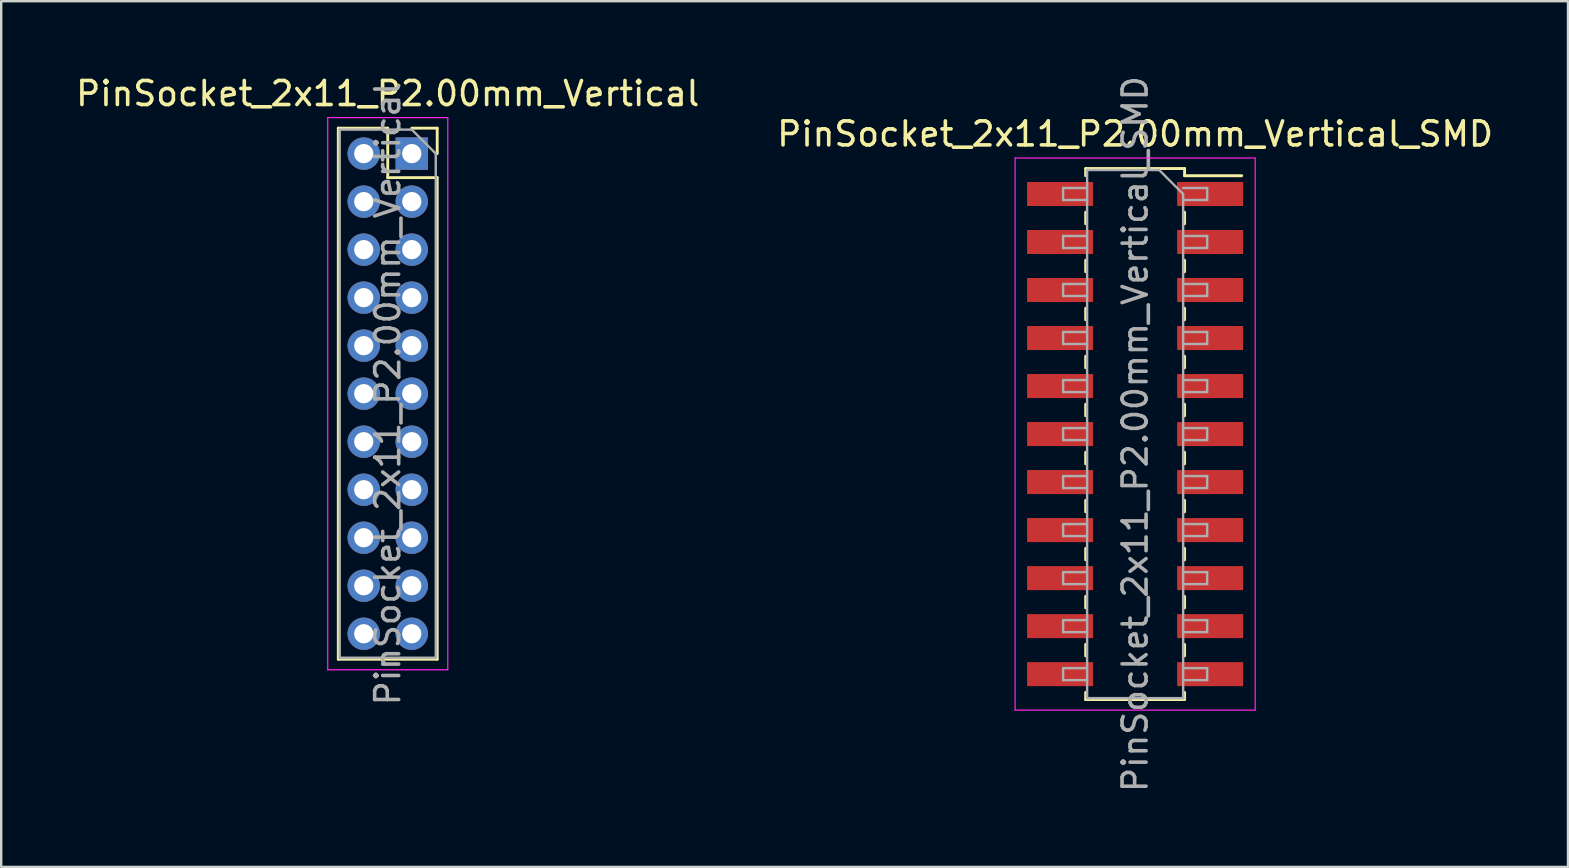
<source format=kicad_pcb>
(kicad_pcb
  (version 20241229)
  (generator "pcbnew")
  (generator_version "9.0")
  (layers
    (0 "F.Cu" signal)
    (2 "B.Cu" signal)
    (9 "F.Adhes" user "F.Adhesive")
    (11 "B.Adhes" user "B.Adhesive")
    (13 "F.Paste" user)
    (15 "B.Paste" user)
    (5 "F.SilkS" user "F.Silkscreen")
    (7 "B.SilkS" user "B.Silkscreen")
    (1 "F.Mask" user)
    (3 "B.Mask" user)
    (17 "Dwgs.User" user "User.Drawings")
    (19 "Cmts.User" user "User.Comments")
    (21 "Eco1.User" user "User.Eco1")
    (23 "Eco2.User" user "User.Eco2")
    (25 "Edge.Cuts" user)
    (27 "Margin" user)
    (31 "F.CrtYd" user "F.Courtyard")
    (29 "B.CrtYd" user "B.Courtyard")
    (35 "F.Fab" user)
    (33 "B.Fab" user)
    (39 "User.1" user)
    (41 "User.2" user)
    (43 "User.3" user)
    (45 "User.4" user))
  (footprint "PinSocket_2x11_P2.00mm_Vertical_SMD"
    (layer "F.Cu")
    (at 44.232 15.03)
    (property "Reference" "PinSocket_2x11_P2.00mm_Vertical_SMD" (at 0 -12.5 0) (layer "F.SilkS") (effects (font (size 1 1) (thickness 0.15))))
    (attr smd)
    (fp_line (start -2.06 -11.06) (end -2.06 -10.76) (stroke (width 0.12) (type solid)) (layer "F.SilkS"))
    (fp_line (start -2.06 -11.06) (end 2.06 -11.06) (stroke (width 0.12) (type solid)) (layer "F.SilkS"))
    (fp_line (start -2.06 -9.24) (end -2.06 -8.76) (stroke (width 0.12) (type solid)) (layer "F.SilkS"))
    (fp_line (start -2.06 -7.24) (end -2.06 -6.76) (stroke (width 0.12) (type solid)) (layer "F.SilkS"))
    (fp_line (start -2.06 -5.24) (end -2.06 -4.76) (stroke (width 0.12) (type solid)) (layer "F.SilkS"))
    (fp_line (start -2.06 -3.24) (end -2.06 -2.76) (stroke (width 0.12) (type solid)) (layer "F.SilkS"))
    (fp_line (start -2.06 -1.24) (end -2.06 -0.76) (stroke (width 0.12) (type solid)) (layer "F.SilkS"))
    (fp_line (start -2.06 0.76) (end -2.06 1.24) (stroke (width 0.12) (type solid)) (layer "F.SilkS"))
    (fp_line (start -2.06 2.76) (end -2.06 3.24) (stroke (width 0.12) (type solid)) (layer "F.SilkS"))
    (fp_line (start -2.06 4.76) (end -2.06 5.24) (stroke (width 0.12) (type solid)) (layer "F.SilkS"))
    (fp_line (start -2.06 6.76) (end -2.06 7.24) (stroke (width 0.12) (type solid)) (layer "F.SilkS"))
    (fp_line (start -2.06 8.76) (end -2.06 9.24) (stroke (width 0.12) (type solid)) (layer "F.SilkS"))
    (fp_line (start -2.06 10.76) (end -2.06 11.06) (stroke (width 0.12) (type solid)) (layer "F.SilkS"))
    (fp_line (start -2.06 11.06) (end 2.06 11.06) (stroke (width 0.12) (type solid)) (layer "F.SilkS"))
    (fp_line (start 2.06 -11.06) (end 2.06 -10.76) (stroke (width 0.12) (type solid)) (layer "F.SilkS"))
    (fp_line (start 2.06 -10.76) (end 4.44 -10.76) (stroke (width 0.12) (type solid)) (layer "F.SilkS"))
    (fp_line (start 2.06 -9.24) (end 2.06 -8.76) (stroke (width 0.12) (type solid)) (layer "F.SilkS"))
    (fp_line (start 2.06 -7.24) (end 2.06 -6.76) (stroke (width 0.12) (type solid)) (layer "F.SilkS"))
    (fp_line (start 2.06 -5.24) (end 2.06 -4.76) (stroke (width 0.12) (type solid)) (layer "F.SilkS"))
    (fp_line (start 2.06 -3.24) (end 2.06 -2.76) (stroke (width 0.12) (type solid)) (layer "F.SilkS"))
    (fp_line (start 2.06 -1.24) (end 2.06 -0.76) (stroke (width 0.12) (type solid)) (layer "F.SilkS"))
    (fp_line (start 2.06 0.76) (end 2.06 1.24) (stroke (width 0.12) (type solid)) (layer "F.SilkS"))
    (fp_line (start 2.06 2.76) (end 2.06 3.24) (stroke (width 0.12) (type solid)) (layer "F.SilkS"))
    (fp_line (start 2.06 4.76) (end 2.06 5.24) (stroke (width 0.12) (type solid)) (layer "F.SilkS"))
    (fp_line (start 2.06 6.76) (end 2.06 7.24) (stroke (width 0.12) (type solid)) (layer "F.SilkS"))
    (fp_line (start 2.06 8.76) (end 2.06 9.24) (stroke (width 0.12) (type solid)) (layer "F.SilkS"))
    (fp_line (start 2.06 10.76) (end 2.06 11.06) (stroke (width 0.12) (type solid)) (layer "F.SilkS"))
    (fp_line (start -5 -11.5) (end 5 -11.5) (stroke (width 0.05) (type solid)) (layer "F.CrtYd"))
    (fp_line (start -5 11.5) (end -5 -11.5) (stroke (width 0.05) (type solid)) (layer "F.CrtYd"))
    (fp_line (start 5 -11.5) (end 5 11.5) (stroke (width 0.05) (type solid)) (layer "F.CrtYd"))
    (fp_line (start 5 11.5) (end -5 11.5) (stroke (width 0.05) (type solid)) (layer "F.CrtYd"))
    (fp_line (start -3 -10.25) (end -2 -10.25) (stroke (width 0.1) (type solid)) (layer "F.Fab"))
    (fp_line (start -3 -9.75) (end -3 -10.25) (stroke (width 0.1) (type solid)) (layer "F.Fab"))
    (fp_line (start -3 -8.25) (end -2 -8.25) (stroke (width 0.1) (type solid)) (layer "F.Fab"))
    (fp_line (start -3 -7.75) (end -3 -8.25) (stroke (width 0.1) (type solid)) (layer "F.Fab"))
    (fp_line (start -3 -6.25) (end -2 -6.25) (stroke (width 0.1) (type solid)) (layer "F.Fab"))
    (fp_line (start -3 -5.75) (end -3 -6.25) (stroke (width 0.1) (type solid)) (layer "F.Fab"))
    (fp_line (start -3 -4.25) (end -2 -4.25) (stroke (width 0.1) (type solid)) (layer "F.Fab"))
    (fp_line (start -3 -3.75) (end -3 -4.25) (stroke (width 0.1) (type solid)) (layer "F.Fab"))
    (fp_line (start -3 -2.25) (end -2 -2.25) (stroke (width 0.1) (type solid)) (layer "F.Fab"))
    (fp_line (start -3 -1.75) (end -3 -2.25) (stroke (width 0.1) (type solid)) (layer "F.Fab"))
    (fp_line (start -3 -0.25) (end -2 -0.25) (stroke (width 0.1) (type solid)) (layer "F.Fab"))
    (fp_line (start -3 0.25) (end -3 -0.25) (stroke (width 0.1) (type solid)) (layer "F.Fab"))
    (fp_line (start -3 1.75) (end -2 1.75) (stroke (width 0.1) (type solid)) (layer "F.Fab"))
    (fp_line (start -3 2.25) (end -3 1.75) (stroke (width 0.1) (type solid)) (layer "F.Fab"))
    (fp_line (start -3 3.75) (end -2 3.75) (stroke (width 0.1) (type solid)) (layer "F.Fab"))
    (fp_line (start -3 4.25) (end -3 3.75) (stroke (width 0.1) (type solid)) (layer "F.Fab"))
    (fp_line (start -3 5.75) (end -2 5.75) (stroke (width 0.1) (type solid)) (layer "F.Fab"))
    (fp_line (start -3 6.25) (end -3 5.75) (stroke (width 0.1) (type solid)) (layer "F.Fab"))
    (fp_line (start -3 7.75) (end -2 7.75) (stroke (width 0.1) (type solid)) (layer "F.Fab"))
    (fp_line (start -3 8.25) (end -3 7.75) (stroke (width 0.1) (type solid)) (layer "F.Fab"))
    (fp_line (start -3 9.75) (end -2 9.75) (stroke (width 0.1) (type solid)) (layer "F.Fab"))
    (fp_line (start -3 10.25) (end -3 9.75) (stroke (width 0.1) (type solid)) (layer "F.Fab"))
    (fp_line (start -2 -11) (end 1 -11) (stroke (width 0.1) (type solid)) (layer "F.Fab"))
    (fp_line (start -2 -9.75) (end -3 -9.75) (stroke (width 0.1) (type solid)) (layer "F.Fab"))
    (fp_line (start -2 -7.75) (end -3 -7.75) (stroke (width 0.1) (type solid)) (layer "F.Fab"))
    (fp_line (start -2 -5.75) (end -3 -5.75) (stroke (width 0.1) (type solid)) (layer "F.Fab"))
    (fp_line (start -2 -3.75) (end -3 -3.75) (stroke (width 0.1) (type solid)) (layer "F.Fab"))
    (fp_line (start -2 -1.75) (end -3 -1.75) (stroke (width 0.1) (type solid)) (layer "F.Fab"))
    (fp_line (start -2 0.25) (end -3 0.25) (stroke (width 0.1) (type solid)) (layer "F.Fab"))
    (fp_line (start -2 2.25) (end -3 2.25) (stroke (width 0.1) (type solid)) (layer "F.Fab"))
    (fp_line (start -2 4.25) (end -3 4.25) (stroke (width 0.1) (type solid)) (layer "F.Fab"))
    (fp_line (start -2 6.25) (end -3 6.25) (stroke (width 0.1) (type solid)) (layer "F.Fab"))
    (fp_line (start -2 8.25) (end -3 8.25) (stroke (width 0.1) (type solid)) (layer "F.Fab"))
    (fp_line (start -2 10.25) (end -3 10.25) (stroke (width 0.1) (type solid)) (layer "F.Fab"))
    (fp_line (start -2 11) (end -2 -11) (stroke (width 0.1) (type solid)) (layer "F.Fab"))
    (fp_line (start 1 -11) (end 2 -10) (stroke (width 0.1) (type solid)) (layer "F.Fab"))
    (fp_line (start 2 -10.25) (end 3 -10.25) (stroke (width 0.1) (type solid)) (layer "F.Fab"))
    (fp_line (start 2 -10) (end 2 11) (stroke (width 0.1) (type solid)) (layer "F.Fab"))
    (fp_line (start 2 -8.25) (end 3 -8.25) (stroke (width 0.1) (type solid)) (layer "F.Fab"))
    (fp_line (start 2 -6.25) (end 3 -6.25) (stroke (width 0.1) (type solid)) (layer "F.Fab"))
    (fp_line (start 2 -4.25) (end 3 -4.25) (stroke (width 0.1) (type solid)) (layer "F.Fab"))
    (fp_line (start 2 -2.25) (end 3 -2.25) (stroke (width 0.1) (type solid)) (layer "F.Fab"))
    (fp_line (start 2 -0.25) (end 3 -0.25) (stroke (width 0.1) (type solid)) (layer "F.Fab"))
    (fp_line (start 2 1.75) (end 3 1.75) (stroke (width 0.1) (type solid)) (layer "F.Fab"))
    (fp_line (start 2 3.75) (end 3 3.75) (stroke (width 0.1) (type solid)) (layer "F.Fab"))
    (fp_line (start 2 5.75) (end 3 5.75) (stroke (width 0.1) (type solid)) (layer "F.Fab"))
    (fp_line (start 2 7.75) (end 3 7.75) (stroke (width 0.1) (type solid)) (layer "F.Fab"))
    (fp_line (start 2 9.75) (end 3 9.75) (stroke (width 0.1) (type solid)) (layer "F.Fab"))
    (fp_line (start 2 11) (end -2 11) (stroke (width 0.1) (type solid)) (layer "F.Fab"))
    (fp_line (start 3 -10.25) (end 3 -9.75) (stroke (width 0.1) (type solid)) (layer "F.Fab"))
    (fp_line (start 3 -9.75) (end 2 -9.75) (stroke (width 0.1) (type solid)) (layer "F.Fab"))
    (fp_line (start 3 -8.25) (end 3 -7.75) (stroke (width 0.1) (type solid)) (layer "F.Fab"))
    (fp_line (start 3 -7.75) (end 2 -7.75) (stroke (width 0.1) (type solid)) (layer "F.Fab"))
    (fp_line (start 3 -6.25) (end 3 -5.75) (stroke (width 0.1) (type solid)) (layer "F.Fab"))
    (fp_line (start 3 -5.75) (end 2 -5.75) (stroke (width 0.1) (type solid)) (layer "F.Fab"))
    (fp_line (start 3 -4.25) (end 3 -3.75) (stroke (width 0.1) (type solid)) (layer "F.Fab"))
    (fp_line (start 3 -3.75) (end 2 -3.75) (stroke (width 0.1) (type solid)) (layer "F.Fab"))
    (fp_line (start 3 -2.25) (end 3 -1.75) (stroke (width 0.1) (type solid)) (layer "F.Fab"))
    (fp_line (start 3 -1.75) (end 2 -1.75) (stroke (width 0.1) (type solid)) (layer "F.Fab"))
    (fp_line (start 3 -0.25) (end 3 0.25) (stroke (width 0.1) (type solid)) (layer "F.Fab"))
    (fp_line (start 3 0.25) (end 2 0.25) (stroke (width 0.1) (type solid)) (layer "F.Fab"))
    (fp_line (start 3 1.75) (end 3 2.25) (stroke (width 0.1) (type solid)) (layer "F.Fab"))
    (fp_line (start 3 2.25) (end 2 2.25) (stroke (width 0.1) (type solid)) (layer "F.Fab"))
    (fp_line (start 3 3.75) (end 3 4.25) (stroke (width 0.1) (type solid)) (layer "F.Fab"))
    (fp_line (start 3 4.25) (end 2 4.25) (stroke (width 0.1) (type solid)) (layer "F.Fab"))
    (fp_line (start 3 5.75) (end 3 6.25) (stroke (width 0.1) (type solid)) (layer "F.Fab"))
    (fp_line (start 3 6.25) (end 2 6.25) (stroke (width 0.1) (type solid)) (layer "F.Fab"))
    (fp_line (start 3 7.75) (end 3 8.25) (stroke (width 0.1) (type solid)) (layer "F.Fab"))
    (fp_line (start 3 8.25) (end 2 8.25) (stroke (width 0.1) (type solid)) (layer "F.Fab"))
    (fp_line (start 3 9.75) (end 3 10.25) (stroke (width 0.1) (type solid)) (layer "F.Fab"))
    (fp_line (start 3 10.25) (end 2 10.25) (stroke (width 0.1) (type solid)) (layer "F.Fab"))
    (fp_text user "${REFERENCE}" (at 0 0 90) (layer "F.Fab") (effects (font (size 1 1) (thickness 0.15))))
    (pad "1" smd rect (at 3.125 -10) (size 2.75 1) (layers "F.Cu" "F.Mask" "F.Paste"))
    (pad "2" smd rect (at -3.125 -10) (size 2.75 1) (layers "F.Cu" "F.Mask" "F.Paste"))
    (pad "3" smd rect (at 3.125 -8) (size 2.75 1) (layers "F.Cu" "F.Mask" "F.Paste"))
    (pad "4" smd rect (at -3.125 -8) (size 2.75 1) (layers "F.Cu" "F.Mask" "F.Paste"))
    (pad "5" smd rect (at 3.125 -6) (size 2.75 1) (layers "F.Cu" "F.Mask" "F.Paste"))
    (pad "6" smd rect (at -3.125 -6) (size 2.75 1) (layers "F.Cu" "F.Mask" "F.Paste"))
    (pad "7" smd rect (at 3.125 -4) (size 2.75 1) (layers "F.Cu" "F.Mask" "F.Paste"))
    (pad "8" smd rect (at -3.125 -4) (size 2.75 1) (layers "F.Cu" "F.Mask" "F.Paste"))
    (pad "9" smd rect (at 3.125 -2) (size 2.75 1) (layers "F.Cu" "F.Mask" "F.Paste"))
    (pad "10" smd rect (at -3.125 -2) (size 2.75 1) (layers "F.Cu" "F.Mask" "F.Paste"))
    (pad "11" smd rect (at 3.125 0) (size 2.75 1) (layers "F.Cu" "F.Mask" "F.Paste"))
    (pad "12" smd rect (at -3.125 0) (size 2.75 1) (layers "F.Cu" "F.Mask" "F.Paste"))
    (pad "13" smd rect (at 3.125 2) (size 2.75 1) (layers "F.Cu" "F.Mask" "F.Paste"))
    (pad "14" smd rect (at -3.125 2) (size 2.75 1) (layers "F.Cu" "F.Mask" "F.Paste"))
    (pad "15" smd rect (at 3.125 4) (size 2.75 1) (layers "F.Cu" "F.Mask" "F.Paste"))
    (pad "16" smd rect (at -3.125 4) (size 2.75 1) (layers "F.Cu" "F.Mask" "F.Paste"))
    (pad "17" smd rect (at 3.125 6) (size 2.75 1) (layers "F.Cu" "F.Mask" "F.Paste"))
    (pad "18" smd rect (at -3.125 6) (size 2.75 1) (layers "F.Cu" "F.Mask" "F.Paste"))
    (pad "19" smd rect (at 3.125 8) (size 2.75 1) (layers "F.Cu" "F.Mask" "F.Paste"))
    (pad "20" smd rect (at -3.125 8) (size 2.75 1) (layers "F.Cu" "F.Mask" "F.Paste"))
    (pad "21" smd rect (at 3.125 10) (size 2.75 1) (layers "F.Cu" "F.Mask" "F.Paste"))
    (pad "22" smd rect (at -3.125 10) (size 2.75 1) (layers "F.Cu" "F.Mask" "F.Paste")))
  (footprint "PinSocket_2x11_P2.00mm_Vertical"
    (layer "F.Cu")
    (at 14.101 3.348)
    (property "Reference" "PinSocket_2x11_P2.00mm_Vertical" (at -1 -2.5 0) (layer "F.SilkS") (effects (font (size 1 1) (thickness 0.15))))
    (attr through_hole)
    (fp_line (start -3.06 -1.06) (end -3.06 21.06) (stroke (width 0.12) (type solid)) (layer "F.SilkS"))
    (fp_line (start -3.06 -1.06) (end -1 -1.06) (stroke (width 0.12) (type solid)) (layer "F.SilkS"))
    (fp_line (start -3.06 21.06) (end 1.06 21.06) (stroke (width 0.12) (type solid)) (layer "F.SilkS"))
    (fp_line (start -1 -1.06) (end -1 1) (stroke (width 0.12) (type solid)) (layer "F.SilkS"))
    (fp_line (start -1 1) (end 1.06 1) (stroke (width 0.12) (type solid)) (layer "F.SilkS"))
    (fp_line (start 0 -1.06) (end 1.06 -1.06) (stroke (width 0.12) (type solid)) (layer "F.SilkS"))
    (fp_line (start 1.06 -1.06) (end 1.06 0) (stroke (width 0.12) (type solid)) (layer "F.SilkS"))
    (fp_line (start 1.06 1) (end 1.06 21.06) (stroke (width 0.12) (type solid)) (layer "F.SilkS"))
    (fp_line (start -3.5 -1.5) (end 1.5 -1.5) (stroke (width 0.05) (type solid)) (layer "F.CrtYd"))
    (fp_line (start -3.5 21.5) (end -3.5 -1.5) (stroke (width 0.05) (type solid)) (layer "F.CrtYd"))
    (fp_line (start 1.5 -1.5) (end 1.5 21.5) (stroke (width 0.05) (type solid)) (layer "F.CrtYd"))
    (fp_line (start 1.5 21.5) (end -3.5 21.5) (stroke (width 0.05) (type solid)) (layer "F.CrtYd"))
    (fp_line (start -3 -1) (end 0 -1) (stroke (width 0.1) (type solid)) (layer "F.Fab"))
    (fp_line (start -3 21) (end -3 -1) (stroke (width 0.1) (type solid)) (layer "F.Fab"))
    (fp_line (start 0 -1) (end 1 0) (stroke (width 0.1) (type solid)) (layer "F.Fab"))
    (fp_line (start 1 0) (end 1 21) (stroke (width 0.1) (type solid)) (layer "F.Fab"))
    (fp_line (start 1 21) (end -3 21) (stroke (width 0.1) (type solid)) (layer "F.Fab"))
    (fp_text user "${REFERENCE}" (at -1 10 90) (layer "F.Fab") (effects (font (size 1 1) (thickness 0.15))))
    (pad "1" thru_hole rect (at 0 0) (size 1.35 1.35) (drill 0.8) (layers "*.Cu" "*.Mask"))
    (pad "2" thru_hole circle (at -2 0) (size 1.35 1.35) (drill 0.8) (layers "*.Cu" "*.Mask"))
    (pad "3" thru_hole circle (at 0 2) (size 1.35 1.35) (drill 0.8) (layers "*.Cu" "*.Mask"))
    (pad "4" thru_hole circle (at -2 2) (size 1.35 1.35) (drill 0.8) (layers "*.Cu" "*.Mask"))
    (pad "5" thru_hole circle (at 0 4) (size 1.35 1.35) (drill 0.8) (layers "*.Cu" "*.Mask"))
    (pad "6" thru_hole circle (at -2 4) (size 1.35 1.35) (drill 0.8) (layers "*.Cu" "*.Mask"))
    (pad "7" thru_hole circle (at 0 6) (size 1.35 1.35) (drill 0.8) (layers "*.Cu" "*.Mask"))
    (pad "8" thru_hole circle (at -2 6) (size 1.35 1.35) (drill 0.8) (layers "*.Cu" "*.Mask"))
    (pad "9" thru_hole circle (at 0 8) (size 1.35 1.35) (drill 0.8) (layers "*.Cu" "*.Mask"))
    (pad "10" thru_hole circle (at -2 8) (size 1.35 1.35) (drill 0.8) (layers "*.Cu" "*.Mask"))
    (pad "11" thru_hole circle (at 0 10) (size 1.35 1.35) (drill 0.8) (layers "*.Cu" "*.Mask"))
    (pad "12" thru_hole circle (at -2 10) (size 1.35 1.35) (drill 0.8) (layers "*.Cu" "*.Mask"))
    (pad "13" thru_hole circle (at 0 12) (size 1.35 1.35) (drill 0.8) (layers "*.Cu" "*.Mask"))
    (pad "14" thru_hole circle (at -2 12) (size 1.35 1.35) (drill 0.8) (layers "*.Cu" "*.Mask"))
    (pad "15" thru_hole circle (at 0 14) (size 1.35 1.35) (drill 0.8) (layers "*.Cu" "*.Mask"))
    (pad "16" thru_hole circle (at -2 14) (size 1.35 1.35) (drill 0.8) (layers "*.Cu" "*.Mask"))
    (pad "17" thru_hole circle (at 0 16) (size 1.35 1.35) (drill 0.8) (layers "*.Cu" "*.Mask"))
    (pad "18" thru_hole circle (at -2 16) (size 1.35 1.35) (drill 0.8) (layers "*.Cu" "*.Mask"))
    (pad "19" thru_hole circle (at 0 18) (size 1.35 1.35) (drill 0.8) (layers "*.Cu" "*.Mask"))
    (pad "20" thru_hole circle (at -2 18) (size 1.35 1.35) (drill 0.8) (layers "*.Cu" "*.Mask"))
    (pad "21" thru_hole circle (at 0 20) (size 1.35 1.35) (drill 0.8) (layers "*.Cu" "*.Mask"))
    (pad "22" thru_hole circle (at -2 20) (size 1.35 1.35) (drill 0.8) (layers "*.Cu" "*.Mask")))
  (gr_rect
    (start -3 -3)
    (end 62.262 33.06)
    (stroke (width 0.1) (type default))
    (fill no)
    (layer "Edge.Cuts")))
</source>
